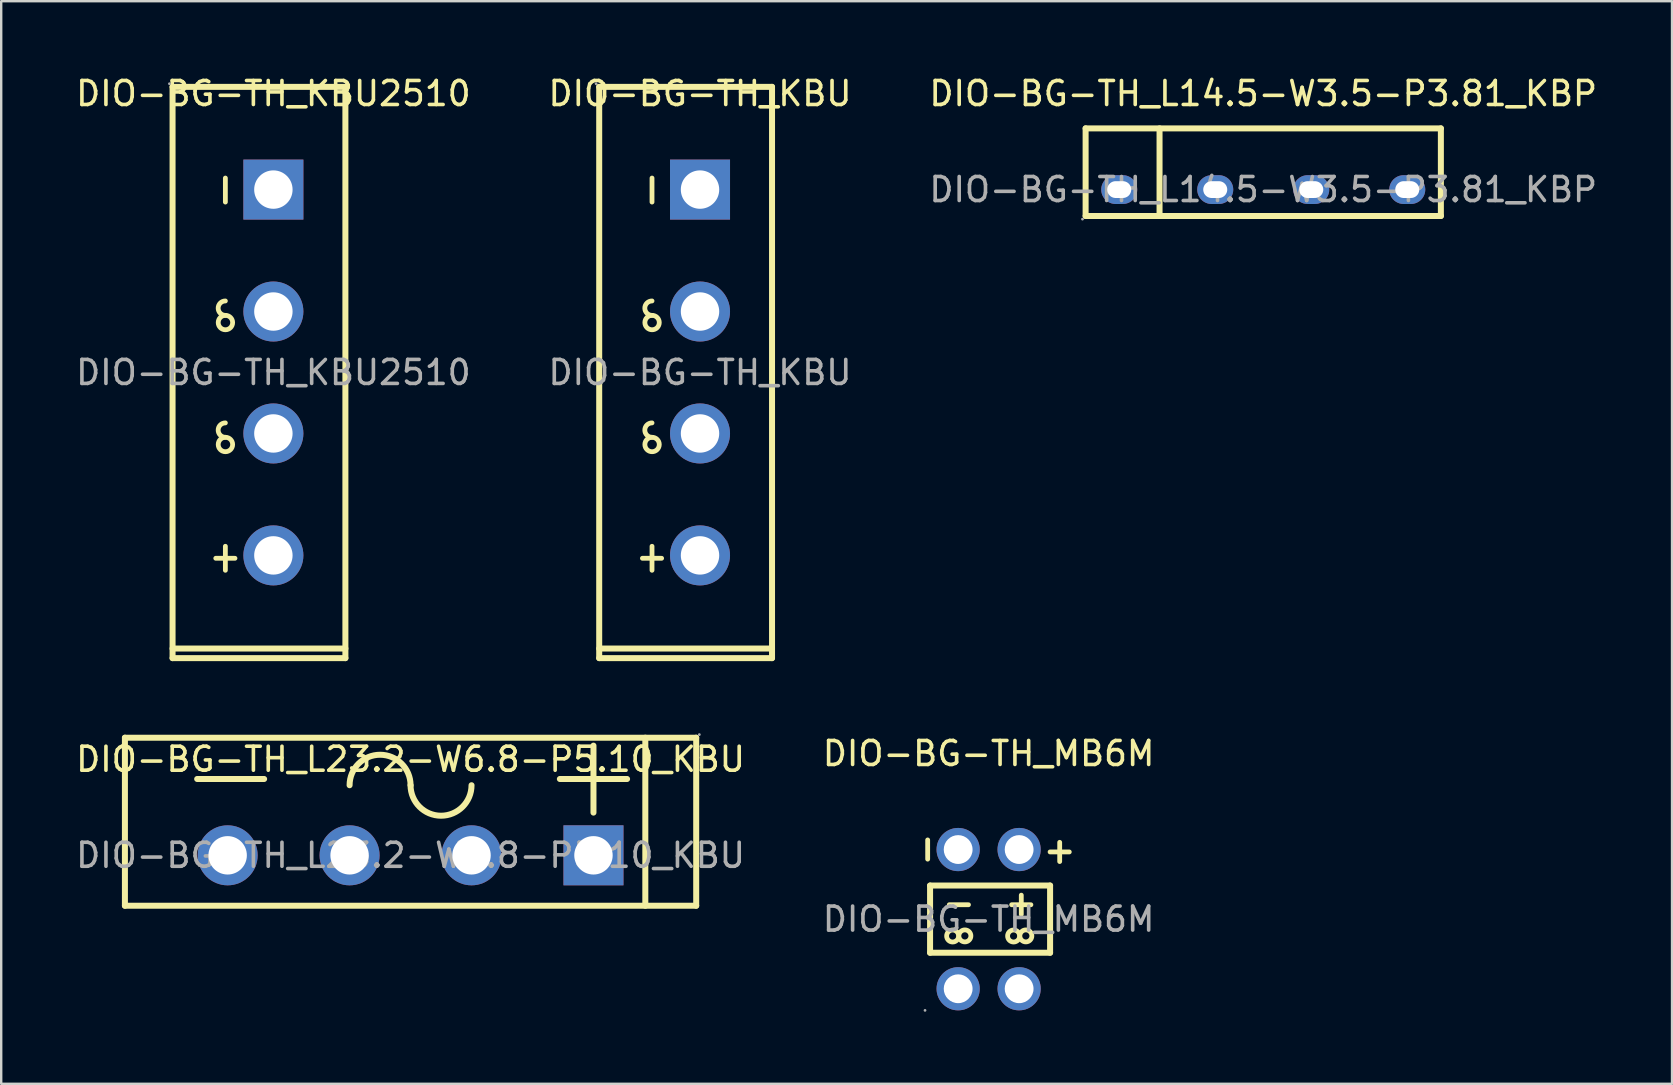
<source format=kicad_pcb>
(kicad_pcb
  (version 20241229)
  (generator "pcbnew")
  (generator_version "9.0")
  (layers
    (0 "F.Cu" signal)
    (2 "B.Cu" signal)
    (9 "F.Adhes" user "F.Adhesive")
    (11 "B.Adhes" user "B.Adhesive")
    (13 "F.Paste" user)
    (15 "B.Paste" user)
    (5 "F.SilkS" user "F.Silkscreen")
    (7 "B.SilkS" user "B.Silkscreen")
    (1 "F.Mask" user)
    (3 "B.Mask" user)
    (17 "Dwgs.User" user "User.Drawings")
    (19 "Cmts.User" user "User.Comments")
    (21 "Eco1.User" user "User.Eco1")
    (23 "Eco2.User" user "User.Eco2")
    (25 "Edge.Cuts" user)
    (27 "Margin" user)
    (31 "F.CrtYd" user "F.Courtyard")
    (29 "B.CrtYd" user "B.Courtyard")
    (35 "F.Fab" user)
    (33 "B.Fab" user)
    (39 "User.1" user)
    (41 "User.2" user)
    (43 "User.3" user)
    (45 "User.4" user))
  (footprint "DIO-BG-TH_L14.5-W3.5-P3.81_KBP"
    (layer "F.Cu")
    (at 49.577 4.848)
    (property "Reference" "DIO-BG-TH_L14.5-W3.5-P3.81_KBP" (at 0 -4 0) (layer "F.SilkS") (effects (font (size 1 1) (thickness 0.15))))
    (attr through_hole)
    (fp_line (start -7.4 -2.55) (end 7.4 -2.55) (stroke (width 0.25) (type solid)) (layer "F.SilkS"))
    (fp_line (start -7.4 1.1) (end -7.4 -2.55) (stroke (width 0.25) (type solid)) (layer "F.SilkS"))
    (fp_line (start -4.32 1.1) (end -4.32 -2.55) (stroke (width 0.25) (type solid)) (layer "F.SilkS"))
    (fp_line (start 7.4 -2.55) (end 7.4 1.1) (stroke (width 0.25) (type solid)) (layer "F.SilkS"))
    (fp_line (start 7.4 1.1) (end -7.4 1.1) (stroke (width 0.25) (type solid)) (layer "F.SilkS"))
    (fp_circle (center -7.53 1.23) (end -7.5 1.23) (stroke (width 0.06) (type solid)) (fill no) (layer "F.Fab"))
    (fp_text user "${REFERENCE}" (at 0 0 0) (layer "F.Fab") (effects (font (size 1 1) (thickness 0.15))))
    (pad "1" thru_hole oval (at -6 0) (size 1.5 1.2) (drill oval 1 0.7) (layers "*.Cu" "*.Paste" "*.Mask"))
    (pad "2" thru_hole oval (at -2 0) (size 1.5 1.2) (drill oval 1 0.7) (layers "*.Cu" "*.Paste" "*.Mask"))
    (pad "3" thru_hole oval (at 2 0) (size 1.5 1.2) (drill oval 1 0.7) (layers "*.Cu" "*.Paste" "*.Mask"))
    (pad "4" thru_hole oval (at 6 0) (size 1.5 1.2) (drill oval 1 0.7) (layers "*.Cu" "*.Paste" "*.Mask")))
  (footprint "DIO-BG-TH_MB6M"
    (layer "F.Cu")
    (at 38.137 35.242)
    (property "Reference" "DIO-BG-TH_MB6M" (at 0 -6.9 0) (layer "F.SilkS") (effects (font (size 1 1) (thickness 0.15))))
    (attr through_hole)
    (fp_line (start -2.54 -2.5) (end -2.54 -3.3) (stroke (width 0.2) (type solid)) (layer "F.SilkS"))
    (fp_line (start -2.44 -1.4) (end -2.44 1.4) (stroke (width 0.25) (type solid)) (layer "F.SilkS"))
    (fp_line (start -2.44 1.4) (end 2.56 1.4) (stroke (width 0.25) (type solid)) (layer "F.SilkS"))
    (fp_line (start -1.64 -0.6) (end -0.84 -0.6) (stroke (width 0.2) (type solid)) (layer "F.SilkS"))
    (fp_line (start 0.96 -0.6) (end 1.76 -0.6) (stroke (width 0.2) (type solid)) (layer "F.SilkS"))
    (fp_line (start 1.36 -0.2) (end 1.36 -1) (stroke (width 0.2) (type solid)) (layer "F.SilkS"))
    (fp_line (start 2.56 -2.8) (end 3.36 -2.8) (stroke (width 0.2) (type solid)) (layer "F.SilkS"))
    (fp_line (start 2.56 -1.4) (end -2.44 -1.4) (stroke (width 0.25) (type solid)) (layer "F.SilkS"))
    (fp_line (start 2.56 1.4) (end 2.56 -1.4) (stroke (width 0.25) (type solid)) (layer "F.SilkS"))
    (fp_line (start 2.96 -2.4) (end 2.96 -3.2) (stroke (width 0.2) (type solid)) (layer "F.SilkS"))
    (fp_arc (start -1.250038 0.704363) (mid -1.749991 0.697818) (end -1.25 0.7) (stroke (width 0.2) (type solid)) (layer "F.SilkS"))
    (fp_arc (start -1.239962 0.695637) (mid -0.740009 0.702182) (end -1.24 0.7) (stroke (width 0.2) (type solid)) (layer "F.SilkS"))
    (fp_arc (start 1.289962 0.704363) (mid 0.790009 0.697818) (end 1.29 0.7) (stroke (width 0.2) (type solid)) (layer "F.SilkS"))
    (fp_arc (start 1.300038 0.695637) (mid 1.799991 0.702182) (end 1.3 0.7) (stroke (width 0.2) (type solid)) (layer "F.SilkS"))
    (fp_circle (center -2.65 3.8) (end -2.62 3.8) (stroke (width 0.06) (type solid)) (fill no) (layer "F.Fab"))
    (fp_circle (center -1.27 -2.9) (end -1.02 -2.9) (stroke (width 0.5) (type solid)) (fill no) (layer "F.Fab"))
    (fp_circle (center -1.27 2.9) (end -1.02 2.9) (stroke (width 0.5) (type solid)) (fill no) (layer "F.Fab"))
    (fp_circle (center 1.27 -2.9) (end 1.52 -2.9) (stroke (width 0.5) (type solid)) (fill no) (layer "F.Fab"))
    (fp_circle (center 1.27 2.9) (end 1.52 2.9) (stroke (width 0.5) (type solid)) (fill no) (layer "F.Fab"))
    (fp_text user "${REFERENCE}" (at 0 0 0) (layer "F.Fab") (effects (font (size 1 1) (thickness 0.15))))
    (pad "1" thru_hole circle (at -1.27 2.9 180) (size 1.8 1.8) (drill 1.2) (layers "*.Cu" "*.Paste" "*.Mask"))
    (pad "2" thru_hole circle (at 1.27 2.9 180) (size 1.8 1.8) (drill 1.2) (layers "*.Cu" "*.Paste" "*.Mask"))
    (pad "3" thru_hole circle (at 1.27 -2.9 180) (size 1.8 1.8) (drill 1.2) (layers "*.Cu" "*.Paste" "*.Mask"))
    (pad "4" thru_hole circle (at -1.27 -2.9 180) (size 1.8 1.8) (drill 1.2) (layers "*.Cu" "*.Paste" "*.Mask")))
  (footprint "DIO-BG-TH_KBU2510"
    (layer "F.Cu")
    (at 8.339 12.468)
    (property "Reference" "DIO-BG-TH_KBU2510" (at 0 -11.62 0) (layer "F.SilkS") (effects (font (size 1 1) (thickness 0.15))))
    (attr through_hole)
    (fp_line (start -4.2 -11.9) (end -4.2 11.9) (stroke (width 0.25) (type solid)) (layer "F.SilkS"))
    (fp_line (start -4.2 11.5) (end 3 11.5) (stroke (width 0.25) (type solid)) (layer "F.SilkS"))
    (fp_line (start -4.2 11.9) (end 3 11.9) (stroke (width 0.25) (type solid)) (layer "F.SilkS"))
    (fp_line (start -2.4 7.74) (end -1.6 7.74) (stroke (width 0.2) (type solid)) (layer "F.SilkS"))
    (fp_line (start -2 -7.1) (end -2 -8.1) (stroke (width 0.2) (type solid)) (layer "F.SilkS"))
    (fp_line (start -2 8.24) (end -2 7.24) (stroke (width 0.2) (type solid)) (layer "F.SilkS"))
    (fp_line (start 3 -11.9) (end -4.2 -11.9) (stroke (width 0.25) (type solid)) (layer "F.SilkS"))
    (fp_line (start 3 11.9) (end 3 -11.9) (stroke (width 0.25) (type solid)) (layer "F.SilkS"))
    (fp_arc (start -2 -2.38) (mid -2.3 -2.68) (end -2 -2.98) (stroke (width 0.2) (type solid)) (layer "F.SilkS"))
    (fp_arc (start -2 2.7) (mid -2.3 2.4) (end -2 2.1) (stroke (width 0.2) (type solid)) (layer "F.SilkS"))
    (fp_arc (start -1.994764 -2.379954) (mid -2.002618 -1.780012) (end -2 -2.38) (stroke (width 0.2) (type solid)) (layer "F.SilkS"))
    (fp_arc (start -1.994764 2.700046) (mid -2.002618 3.299988) (end -2 2.7) (stroke (width 0.2) (type solid)) (layer "F.SilkS"))
    (fp_circle (center -4.33 -12.03) (end -4.3 -12.03) (stroke (width 0.06) (type solid)) (fill no) (layer "F.Fab"))
    (fp_circle (center 0 -7.62) (end 0.35 -7.62) (stroke (width 0.7) (type solid)) (fill no) (layer "F.Fab"))
    (fp_circle (center 0 -2.54) (end 0.35 -2.54) (stroke (width 0.7) (type solid)) (fill no) (layer "F.Fab"))
    (fp_circle (center 0 2.54) (end 0.35 2.54) (stroke (width 0.7) (type solid)) (fill no) (layer "F.Fab"))
    (fp_circle (center 0 7.62) (end 0.35 7.62) (stroke (width 0.7) (type solid)) (fill no) (layer "F.Fab"))
    (fp_text user "${REFERENCE}" (at 0 0 0) (layer "F.Fab") (effects (font (size 1 1) (thickness 0.15))))
    (pad "1" thru_hole circle (at 0 -2.54 270) (size 2.5 2.5) (drill 1.6) (layers "*.Cu" "*.Paste" "*.Mask"))
    (pad "2" thru_hole circle (at 0 7.62 270) (size 2.5 2.5) (drill 1.6) (layers "*.Cu" "*.Paste" "*.Mask"))
    (pad "3" thru_hole circle (at 0 2.54 270) (size 2.5 2.5) (drill 1.6) (layers "*.Cu" "*.Paste" "*.Mask"))
    (pad "4" thru_hole rect (at 0 -7.62 270) (size 2.5 2.5) (drill 1.6) (layers "*.Cu" "*.Paste" "*.Mask")))
  (footprint "DIO-BG-TH_KBU"
    (layer "F.Cu")
    (at 26.113 12.468)
    (property "Reference" "DIO-BG-TH_KBU" (at 0 -11.62 0) (layer "F.SilkS") (effects (font (size 1 1) (thickness 0.15))))
    (attr through_hole)
    (fp_line (start -4.2 -11.9) (end -4.2 11.9) (stroke (width 0.25) (type solid)) (layer "F.SilkS"))
    (fp_line (start -4.2 11.5) (end 3 11.5) (stroke (width 0.25) (type solid)) (layer "F.SilkS"))
    (fp_line (start -4.2 11.9) (end 3 11.9) (stroke (width 0.25) (type solid)) (layer "F.SilkS"))
    (fp_line (start -2.4 7.74) (end -1.6 7.74) (stroke (width 0.2) (type solid)) (layer "F.SilkS"))
    (fp_line (start -2 -7.1) (end -2 -8.1) (stroke (width 0.2) (type solid)) (layer "F.SilkS"))
    (fp_line (start -2 8.24) (end -2 7.24) (stroke (width 0.2) (type solid)) (layer "F.SilkS"))
    (fp_line (start 3 -11.9) (end -4.2 -11.9) (stroke (width 0.25) (type solid)) (layer "F.SilkS"))
    (fp_line (start 3 11.9) (end 3 -11.9) (stroke (width 0.25) (type solid)) (layer "F.SilkS"))
    (fp_arc (start -2 -2.38) (mid -2.3 -2.68) (end -2 -2.98) (stroke (width 0.2) (type solid)) (layer "F.SilkS"))
    (fp_arc (start -2 2.7) (mid -2.3 2.4) (end -2 2.1) (stroke (width 0.2) (type solid)) (layer "F.SilkS"))
    (fp_arc (start -1.994764 -2.379954) (mid -2.002618 -1.780012) (end -2 -2.38) (stroke (width 0.2) (type solid)) (layer "F.SilkS"))
    (fp_arc (start -1.994764 2.700046) (mid -2.002618 3.299988) (end -2 2.7) (stroke (width 0.2) (type solid)) (layer "F.SilkS"))
    (fp_circle (center -4.33 -12.03) (end -4.3 -12.03) (stroke (width 0.06) (type solid)) (fill no) (layer "F.Fab"))
    (fp_circle (center 0 -7.62) (end 0.35 -7.62) (stroke (width 0.7) (type solid)) (fill no) (layer "F.Fab"))
    (fp_circle (center 0 -2.54) (end 0.35 -2.54) (stroke (width 0.7) (type solid)) (fill no) (layer "F.Fab"))
    (fp_circle (center 0 2.54) (end 0.35 2.54) (stroke (width 0.7) (type solid)) (fill no) (layer "F.Fab"))
    (fp_circle (center 0 7.62) (end 0.35 7.62) (stroke (width 0.7) (type solid)) (fill no) (layer "F.Fab"))
    (fp_text user "${REFERENCE}" (at 0 0 0) (layer "F.Fab") (effects (font (size 1 1) (thickness 0.15))))
    (pad "1" thru_hole rect (at 0 -7.62 270) (size 2.5 2.5) (drill 1.6) (layers "*.Cu" "*.Paste" "*.Mask"))
    (pad "2" thru_hole circle (at 0 -2.54 270) (size 2.5 2.5) (drill 1.6) (layers "*.Cu" "*.Paste" "*.Mask"))
    (pad "3" thru_hole circle (at 0 2.54 270) (size 2.5 2.5) (drill 1.6) (layers "*.Cu" "*.Paste" "*.Mask"))
    (pad "4" thru_hole circle (at 0 7.62 270) (size 2.5 2.5) (drill 1.6) (layers "*.Cu" "*.Paste" "*.Mask")))
  (footprint "DIO-BG-TH_L23.2-W6.8-P5.10_KBU"
    (layer "F.Cu")
    (at 14.054 32.583)
    (property "Reference" "DIO-BG-TH_L23.2-W6.8-P5.10_KBU" (at 0 -4 0) (layer "F.SilkS") (effects (font (size 1 1) (thickness 0.15))))
    (attr through_hole)
    (fp_line (start -11.9 -4.9) (end 11.9 -4.9) (stroke (width 0.25) (type solid)) (layer "F.SilkS"))
    (fp_line (start -11.9 2.1) (end -11.9 -4.9) (stroke (width 0.25) (type solid)) (layer "F.SilkS"))
    (fp_line (start -8.89 -3.18) (end -6.1 -3.18) (stroke (width 0.25) (type solid)) (layer "F.SilkS"))
    (fp_line (start 6.22 -3.18) (end 9.02 -3.18) (stroke (width 0.25) (type solid)) (layer "F.SilkS"))
    (fp_line (start 7.62 -1.78) (end 7.62 -4.57) (stroke (width 0.25) (type solid)) (layer "F.SilkS"))
    (fp_line (start 9.78 -4.9) (end 9.78 2.1) (stroke (width 0.25) (type solid)) (layer "F.SilkS"))
    (fp_line (start 11.9 -4.9) (end 11.9 2.1) (stroke (width 0.25) (type solid)) (layer "F.SilkS"))
    (fp_line (start 11.9 2.1) (end -11.9 2.1) (stroke (width 0.25) (type solid)) (layer "F.SilkS"))
    (fp_arc (start -2.54 -2.92) (mid -1.27 -4.19) (end 0 -2.92) (stroke (width 0.25) (type solid)) (layer "F.SilkS"))
    (fp_arc (start 2.54 -2.92) (mid 1.27 -1.65) (end 0 -2.92) (stroke (width 0.25) (type solid)) (layer "F.SilkS"))
    (fp_circle (center -7.62 0) (end -7.27 0) (stroke (width 0.7) (type solid)) (fill no) (layer "F.Fab"))
    (fp_circle (center -2.54 0) (end -2.19 0) (stroke (width 0.7) (type solid)) (fill no) (layer "F.Fab"))
    (fp_circle (center 2.54 0) (end 2.89 0) (stroke (width 0.7) (type solid)) (fill no) (layer "F.Fab"))
    (fp_circle (center 7.62 0) (end 7.97 0) (stroke (width 0.7) (type solid)) (fill no) (layer "F.Fab"))
    (fp_circle (center 12.03 -5.03) (end 12.06 -5.03) (stroke (width 0.06) (type solid)) (fill no) (layer "F.Fab"))
    (fp_text user "${REFERENCE}" (at 0 0 0) (layer "F.Fab") (effects (font (size 1 1) (thickness 0.15))))
    (pad "1" thru_hole rect (at 7.62 0 180) (size 2.5 2.5) (drill 1.6) (layers "*.Cu" "*.Paste" "*.Mask"))
    (pad "2" thru_hole circle (at 2.54 0 180) (size 2.5 2.5) (drill 1.6) (layers "*.Cu" "*.Paste" "*.Mask"))
    (pad "3" thru_hole circle (at -2.54 0 180) (size 2.5 2.5) (drill 1.6) (layers "*.Cu" "*.Paste" "*.Mask"))
    (pad "4" thru_hole circle (at -7.62 0 180) (size 2.5 2.5) (drill 1.6) (layers "*.Cu" "*.Paste" "*.Mask")))
  (gr_rect
    (start -3 -3)
    (end 66.607 42.102)
    (stroke (width 0.1) (type default))
    (fill no)
    (layer "Edge.Cuts")))
</source>
